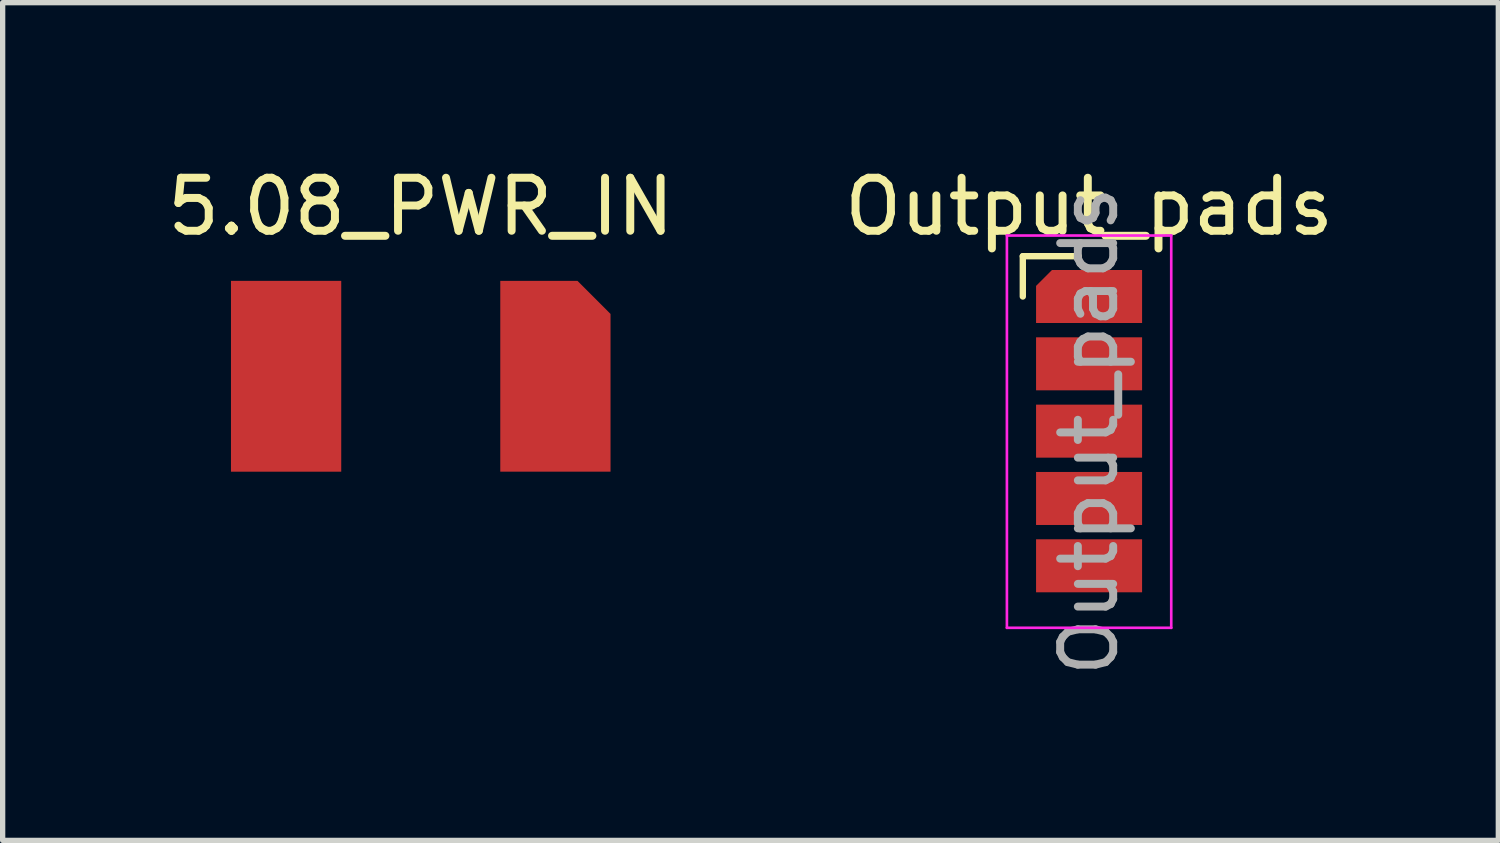
<source format=kicad_pcb>
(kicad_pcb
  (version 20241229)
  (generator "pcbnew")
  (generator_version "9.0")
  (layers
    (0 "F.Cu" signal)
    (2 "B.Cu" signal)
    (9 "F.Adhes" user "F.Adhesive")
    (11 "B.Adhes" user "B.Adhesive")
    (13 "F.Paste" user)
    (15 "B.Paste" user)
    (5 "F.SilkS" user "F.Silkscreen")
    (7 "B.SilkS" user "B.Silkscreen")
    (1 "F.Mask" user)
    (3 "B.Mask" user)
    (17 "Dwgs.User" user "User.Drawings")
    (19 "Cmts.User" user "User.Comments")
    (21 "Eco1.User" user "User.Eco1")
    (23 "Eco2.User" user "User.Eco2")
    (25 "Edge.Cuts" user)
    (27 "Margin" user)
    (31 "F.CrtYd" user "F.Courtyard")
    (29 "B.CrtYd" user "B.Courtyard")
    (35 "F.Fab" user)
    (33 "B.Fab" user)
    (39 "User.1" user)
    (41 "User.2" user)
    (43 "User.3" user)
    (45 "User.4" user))
  (footprint "Output_pads"
    (layer "F.Cu")
    (at 17.494 2.543)
    (property "Reference" "Output_pads" (at 0 -1.695 0) (layer "F.SilkS") (effects (font (size 1 1) (thickness 0.15))))
    (attr smd)
    (fp_line (start -1.25 -0.76) (end -0.195 -0.76) (stroke (width 0.12) (type solid)) (layer "F.SilkS"))
    (fp_line (start -1.25 0) (end -1.25 -0.76) (stroke (width 0.12) (type solid)) (layer "F.SilkS"))
    (fp_line (start -1.55 -1.15) (end -1.55 6.25) (stroke (width 0.05) (type solid)) (layer "F.CrtYd"))
    (fp_line (start -1.55 6.25) (end 1.55 6.25) (stroke (width 0.05) (type solid)) (layer "F.CrtYd"))
    (fp_line (start 1.55 -1.15) (end -1.55 -1.15) (stroke (width 0.05) (type solid)) (layer "F.CrtYd"))
    (fp_line (start 1.55 6.25) (end 1.55 -1.15) (stroke (width 0.05) (type solid)) (layer "F.CrtYd"))
    (fp_text user "${REFERENCE}" (at 0 2.54 90) (layer "F.Fab") (effects (font (size 1 1) (thickness 0.15))))
    (pad "1" smd roundrect (at 0 0) (size 2 1) (layers "F.Cu" "F.Mask" "F.Paste") (roundrect_rratio 0) (chamfer_ratio 0.3) (chamfer top_left))
    (pad "2" smd rect (at 0 1.27) (size 2 1) (layers "F.Cu" "F.Mask" "F.Paste"))
    (pad "3" smd rect (at 0 2.54) (size 2 1) (layers "F.Cu" "F.Mask" "F.Paste"))
    (pad "4" smd rect (at 0 3.81) (size 2 1) (layers "F.Cu" "F.Mask" "F.Paste"))
    (pad "5" smd rect (at 0 5.08) (size 2 1) (layers "F.Cu" "F.Mask" "F.Paste")))
  (footprint "5.08_PWR_IN"
    (layer "F.Cu")
    (at 2.347 4.048)
    (property "Reference" "5.08_PWR_IN" (at 2.54 -3.2 0) (layer "F.SilkS") (effects (font (size 1 1) (thickness 0.15))))
    (attr through_hole exclude_from_bom)
    (pad "1" smd rect (at 0 0) (size 2.08 3.6) (layers "F.Cu" "F.Mask" "F.Paste"))
    (pad "2" smd roundrect (at 5.08 0) (size 2.08 3.6) (layers "F.Cu" "F.Mask" "F.Paste") (roundrect_rratio 0) (chamfer_ratio 0.3) (chamfer top_right)))
  (gr_rect
    (start -3 -3)
    (end 25.214 12.803)
    (stroke (width 0.1) (type default))
    (fill no)
    (layer "Edge.Cuts")))
</source>
